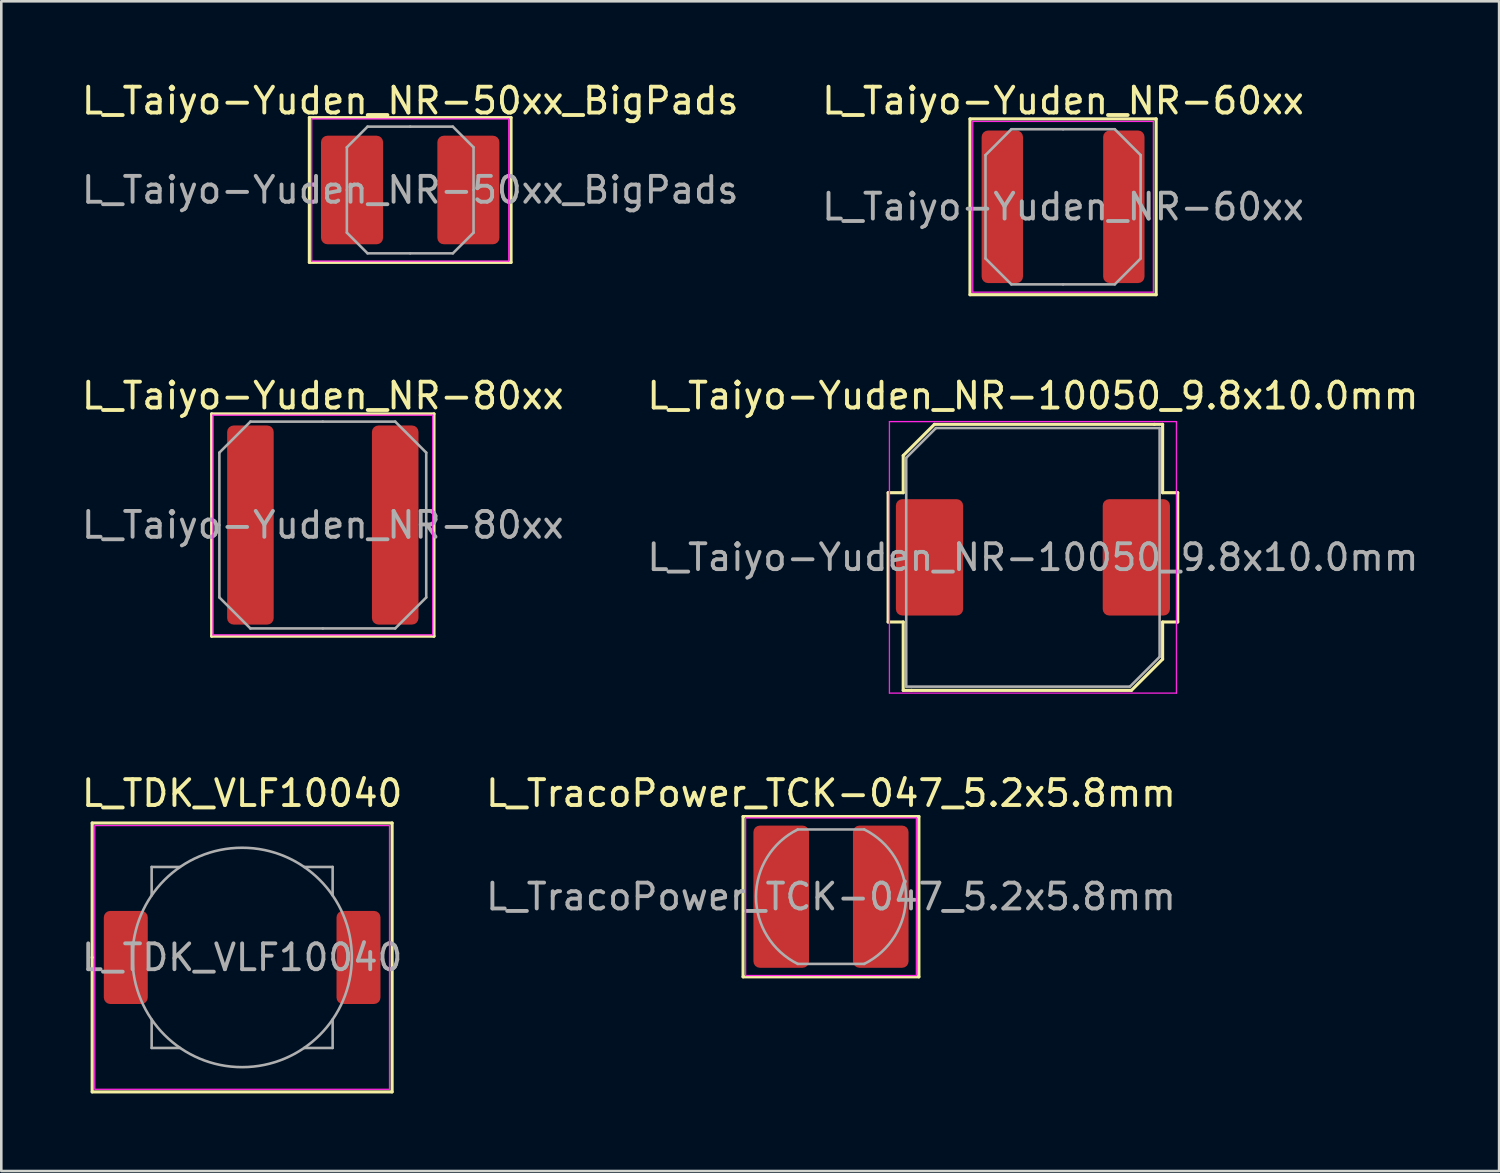
<source format=kicad_pcb>
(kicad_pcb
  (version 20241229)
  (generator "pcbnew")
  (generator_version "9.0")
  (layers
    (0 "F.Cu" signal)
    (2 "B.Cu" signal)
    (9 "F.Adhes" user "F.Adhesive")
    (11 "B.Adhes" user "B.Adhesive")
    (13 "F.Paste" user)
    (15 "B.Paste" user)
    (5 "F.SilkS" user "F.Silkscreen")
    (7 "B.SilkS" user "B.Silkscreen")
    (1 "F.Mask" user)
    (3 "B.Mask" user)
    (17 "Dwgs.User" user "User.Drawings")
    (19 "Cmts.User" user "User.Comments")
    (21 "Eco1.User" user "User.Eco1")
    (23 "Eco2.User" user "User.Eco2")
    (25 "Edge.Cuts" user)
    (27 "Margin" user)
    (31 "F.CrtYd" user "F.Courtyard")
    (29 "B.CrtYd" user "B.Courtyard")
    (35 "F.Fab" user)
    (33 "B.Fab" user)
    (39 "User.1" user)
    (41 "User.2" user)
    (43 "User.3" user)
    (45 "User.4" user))
  (footprint "L_TDK_VLF10040"
    (layer "F.Cu")
    (at 6.315 33.98)
    (property "Reference" "L_TDK_VLF10040" (at 0 -6.35 0) (layer "F.SilkS") (effects (font (size 1 1) (thickness 0.15))))
    (attr smd)
    (fp_line (start -5.8 -5.2) (end 5.8 -5.2) (stroke (width 0.12) (type solid)) (layer "F.SilkS"))
    (fp_line (start -5.8 0) (end -5.8 -5.2) (stroke (width 0.12) (type solid)) (layer "F.SilkS"))
    (fp_line (start -5.8 5.2) (end -5.8 0) (stroke (width 0.12) (type solid)) (layer "F.SilkS"))
    (fp_line (start 5.8 -5.2) (end 5.8 5.2) (stroke (width 0.12) (type solid)) (layer "F.SilkS"))
    (fp_line (start 5.8 5.2) (end -5.8 5.2) (stroke (width 0.12) (type solid)) (layer "F.SilkS"))
    (fp_rect (start -5.7 -5.1) (end 5.7 5.1) (stroke (width 0.05) (type solid)) (fill no) (layer "F.CrtYd"))
    (fp_line (start -3.5 -3.5) (end -2.4 -3.5) (stroke (width 0.1) (type solid)) (layer "F.Fab"))
    (fp_line (start -3.5 -2.4) (end -3.5 -3.5) (stroke (width 0.1) (type solid)) (layer "F.Fab"))
    (fp_line (start -3.5 2.4) (end -3.5 3.5) (stroke (width 0.1) (type solid)) (layer "F.Fab"))
    (fp_line (start -3.5 3.5) (end -2.4 3.5) (stroke (width 0.1) (type solid)) (layer "F.Fab"))
    (fp_line (start 3.5 -3.5) (end 2.4 -3.5) (stroke (width 0.1) (type solid)) (layer "F.Fab"))
    (fp_line (start 3.5 -3.5) (end 3.5 -2.4) (stroke (width 0.1) (type solid)) (layer "F.Fab"))
    (fp_line (start 3.5 2.4) (end 3.5 3.5) (stroke (width 0.1) (type solid)) (layer "F.Fab"))
    (fp_line (start 3.5 3.5) (end 2.4 3.5) (stroke (width 0.1) (type solid)) (layer "F.Fab"))
    (fp_circle (center 0 0) (end 3 3) (stroke (width 0.1) (type solid)) (fill no) (layer "F.Fab"))
    (fp_text user "${REFERENCE}" (at 0 0 0) (layer "F.Fab") (effects (font (size 1 1) (thickness 0.15))))
    (pad "1" smd roundrect (at -4.5 0) (size 1.7 3.6) (layers "F.Cu" "F.Mask" "F.Paste") (roundrect_rratio 0.147))
    (pad "2" smd roundrect (at 4.5 0) (size 1.7 3.6) (layers "F.Cu" "F.Mask" "F.Paste") (roundrect_rratio 0.147)))
  (footprint "L_Taiyo-Yuden_NR-60xx"
    (layer "F.Cu")
    (at 38.065 4.948)
    (property "Reference" "L_Taiyo-Yuden_NR-60xx" (at 0 -4.1 0) (layer "F.SilkS") (effects (font (size 1 1) (thickness 0.15))))
    (attr smd)
    (fp_line (start -3.6 -3.4) (end -3.6 3.4) (stroke (width 0.12) (type solid)) (layer "F.SilkS"))
    (fp_line (start -3.6 3.4) (end 3.6 3.4) (stroke (width 0.12) (type solid)) (layer "F.SilkS"))
    (fp_line (start 3.6 -3.4) (end -3.6 -3.4) (stroke (width 0.12) (type solid)) (layer "F.SilkS"))
    (fp_line (start 3.6 3.4) (end 3.6 -3.4) (stroke (width 0.12) (type solid)) (layer "F.SilkS"))
    (fp_line (start -3.493 -3.302) (end -3.493 3.302) (stroke (width 0.05) (type solid)) (layer "F.CrtYd"))
    (fp_line (start -3.493 3.302) (end 3.493 3.302) (stroke (width 0.05) (type solid)) (layer "F.CrtYd"))
    (fp_line (start 3.493 -3.302) (end -3.493 -3.302) (stroke (width 0.05) (type solid)) (layer "F.CrtYd"))
    (fp_line (start 3.493 3.302) (end 3.493 -3.302) (stroke (width 0.05) (type solid)) (layer "F.CrtYd"))
    (fp_line (start -3 -2) (end -2 -3) (stroke (width 0.1) (type solid)) (layer "F.Fab"))
    (fp_line (start -3 0) (end -3 -2) (stroke (width 0.1) (type solid)) (layer "F.Fab"))
    (fp_line (start -3 0) (end -3 2) (stroke (width 0.1) (type solid)) (layer "F.Fab"))
    (fp_line (start -3 2) (end -2 3) (stroke (width 0.1) (type solid)) (layer "F.Fab"))
    (fp_line (start -2 -3) (end 0 -3) (stroke (width 0.1) (type solid)) (layer "F.Fab"))
    (fp_line (start -2 3) (end 0 3) (stroke (width 0.1) (type solid)) (layer "F.Fab"))
    (fp_line (start 2 -3) (end 0 -3) (stroke (width 0.1) (type solid)) (layer "F.Fab"))
    (fp_line (start 2 3) (end 0 3) (stroke (width 0.1) (type solid)) (layer "F.Fab"))
    (fp_line (start 3 -2) (end 2 -3) (stroke (width 0.1) (type solid)) (layer "F.Fab"))
    (fp_line (start 3 0) (end 3 -2) (stroke (width 0.1) (type solid)) (layer "F.Fab"))
    (fp_line (start 3 0) (end 3 2) (stroke (width 0.1) (type solid)) (layer "F.Fab"))
    (fp_line (start 3 2) (end 2 3) (stroke (width 0.1) (type solid)) (layer "F.Fab"))
    (fp_text user "${REFERENCE}" (at 0 0 0) (layer "F.Fab") (effects (font (size 1 1) (thickness 0.15))))
    (pad "1" smd roundrect (at -2.35 0) (size 1.6 5.9) (layers "F.Cu" "F.Mask" "F.Paste") (roundrect_rratio 0.156))
    (pad "2" smd roundrect (at 2.35 0) (size 1.6 5.9) (layers "F.Cu" "F.Mask" "F.Paste") (roundrect_rratio 0.156)))
  (footprint "L_Taiyo-Yuden_NR-80xx"
    (layer "F.Cu")
    (at 9.435 17.256)
    (property "Reference" "L_Taiyo-Yuden_NR-80xx" (at 0 -5 0) (layer "F.SilkS") (effects (font (size 1 1) (thickness 0.15))))
    (attr smd)
    (fp_line (start -4.3 -4.3) (end -4.3 4.3) (stroke (width 0.12) (type solid)) (layer "F.SilkS"))
    (fp_line (start -4.3 4.3) (end 4.3 4.3) (stroke (width 0.12) (type solid)) (layer "F.SilkS"))
    (fp_line (start 4.3 -4.3) (end -4.3 -4.3) (stroke (width 0.12) (type solid)) (layer "F.SilkS"))
    (fp_line (start 4.3 4.3) (end 4.3 -4.3) (stroke (width 0.12) (type solid)) (layer "F.SilkS"))
    (fp_line (start -4.25 -4.25) (end -4.25 4.25) (stroke (width 0.05) (type solid)) (layer "F.CrtYd"))
    (fp_line (start -4.25 4.25) (end 4.25 4.25) (stroke (width 0.05) (type solid)) (layer "F.CrtYd"))
    (fp_line (start 4.25 -4.25) (end -4.25 -4.25) (stroke (width 0.05) (type solid)) (layer "F.CrtYd"))
    (fp_line (start 4.25 4.25) (end 4.25 -4.25) (stroke (width 0.05) (type solid)) (layer "F.CrtYd"))
    (fp_line (start -4 -2.8) (end -2.8 -4) (stroke (width 0.1) (type solid)) (layer "F.Fab"))
    (fp_line (start -4 0) (end -4 -2.8) (stroke (width 0.1) (type solid)) (layer "F.Fab"))
    (fp_line (start -4 0) (end -4 2.8) (stroke (width 0.1) (type solid)) (layer "F.Fab"))
    (fp_line (start -4 2.8) (end -2.8 4) (stroke (width 0.1) (type solid)) (layer "F.Fab"))
    (fp_line (start -2.8 -4) (end 0 -4) (stroke (width 0.1) (type solid)) (layer "F.Fab"))
    (fp_line (start -2.8 4) (end 0 4) (stroke (width 0.1) (type solid)) (layer "F.Fab"))
    (fp_line (start 2.8 -4) (end 0 -4) (stroke (width 0.1) (type solid)) (layer "F.Fab"))
    (fp_line (start 2.8 4) (end 0 4) (stroke (width 0.1) (type solid)) (layer "F.Fab"))
    (fp_line (start 4 -2.8) (end 2.8 -4) (stroke (width 0.1) (type solid)) (layer "F.Fab"))
    (fp_line (start 4 0) (end 4 -2.8) (stroke (width 0.1) (type solid)) (layer "F.Fab"))
    (fp_line (start 4 0) (end 4 2.8) (stroke (width 0.1) (type solid)) (layer "F.Fab"))
    (fp_line (start 4 2.8) (end 2.8 4) (stroke (width 0.1) (type solid)) (layer "F.Fab"))
    (fp_text user "${REFERENCE}" (at 0 0 0) (layer "F.Fab") (effects (font (size 1 1) (thickness 0.15))))
    (pad "1" smd roundrect (at -2.8 0) (size 1.8 7.7) (layers "F.Cu" "F.Mask" "F.Paste") (roundrect_rratio 0.139))
    (pad "2" smd roundrect (at 2.8 0) (size 1.8 7.7) (layers "F.Cu" "F.Mask" "F.Paste") (roundrect_rratio 0.139)))
  (footprint "L_Taiyo-Yuden_NR-50xx_BigPads"
    (layer "F.Cu")
    (at 12.815 4.298)
    (property "Reference" "L_Taiyo-Yuden_NR-50xx_BigPads" (at 0 -3.45 0) (layer "F.SilkS") (effects (font (size 1 1) (thickness 0.15))))
    (attr smd)
    (fp_line (start -3.9 -2.8) (end -3.9 2.8) (stroke (width 0.12) (type solid)) (layer "F.SilkS"))
    (fp_line (start -3.9 2.8) (end 3.9 2.8) (stroke (width 0.12) (type solid)) (layer "F.SilkS"))
    (fp_line (start 3.9 -2.8) (end -3.9 -2.8) (stroke (width 0.12) (type solid)) (layer "F.SilkS"))
    (fp_line (start 3.9 2.8) (end 3.9 -2.8) (stroke (width 0.12) (type solid)) (layer "F.SilkS"))
    (fp_line (start -3.81 -2.75) (end -3.81 2.75) (stroke (width 0.05) (type solid)) (layer "F.CrtYd"))
    (fp_line (start -3.81 2.75) (end 3.81 2.75) (stroke (width 0.05) (type solid)) (layer "F.CrtYd"))
    (fp_line (start 3.81 -2.75) (end -3.81 -2.75) (stroke (width 0.05) (type solid)) (layer "F.CrtYd"))
    (fp_line (start 3.81 2.75) (end 3.81 -2.75) (stroke (width 0.05) (type solid)) (layer "F.CrtYd"))
    (fp_line (start -2.45 -1.65) (end -1.65 -2.45) (stroke (width 0.1) (type solid)) (layer "F.Fab"))
    (fp_line (start -2.45 0) (end -2.45 -1.65) (stroke (width 0.1) (type solid)) (layer "F.Fab"))
    (fp_line (start -2.45 0) (end -2.45 1.65) (stroke (width 0.1) (type solid)) (layer "F.Fab"))
    (fp_line (start -2.45 1.65) (end -1.65 2.45) (stroke (width 0.1) (type solid)) (layer "F.Fab"))
    (fp_line (start -1.65 -2.45) (end 0 -2.45) (stroke (width 0.1) (type solid)) (layer "F.Fab"))
    (fp_line (start -1.65 2.45) (end 0 2.45) (stroke (width 0.1) (type solid)) (layer "F.Fab"))
    (fp_line (start 1.65 -2.45) (end 0 -2.45) (stroke (width 0.1) (type solid)) (layer "F.Fab"))
    (fp_line (start 1.65 2.45) (end 0 2.45) (stroke (width 0.1) (type solid)) (layer "F.Fab"))
    (fp_line (start 2.45 -1.65) (end 1.65 -2.45) (stroke (width 0.1) (type solid)) (layer "F.Fab"))
    (fp_line (start 2.45 0) (end 2.45 -1.65) (stroke (width 0.1) (type solid)) (layer "F.Fab"))
    (fp_line (start 2.45 0) (end 2.45 1.65) (stroke (width 0.1) (type solid)) (layer "F.Fab"))
    (fp_line (start 2.45 1.65) (end 1.65 2.45) (stroke (width 0.1) (type solid)) (layer "F.Fab"))
    (fp_text user "${REFERENCE}" (at 0 0 0) (layer "F.Fab") (effects (font (size 1 1) (thickness 0.15))))
    (pad "1" smd roundrect (at -2.25 0) (size 2.4 4.2) (layers "F.Cu" "F.Mask" "F.Paste") (roundrect_rratio 0.104))
    (pad "2" smd roundrect (at 2.25 0) (size 2.4 4.2) (layers "F.Cu" "F.Mask" "F.Paste") (roundrect_rratio 0.104)))
  (footprint "L_TracoPower_TCK-047_5.2x5.8mm"
    (layer "F.Cu")
    (at 29.089 31.63)
    (property "Reference" "L_TracoPower_TCK-047_5.2x5.8mm" (at 0 -4 0) (layer "F.SilkS") (effects (font (size 1 1) (thickness 0.15))))
    (attr smd)
    (fp_line (start -3.4 -3.1) (end -3.4 3.1) (stroke (width 0.12) (type solid)) (layer "F.SilkS"))
    (fp_line (start -3.4 3.1) (end 3.4 3.1) (stroke (width 0.12) (type solid)) (layer "F.SilkS"))
    (fp_line (start 3.4 -3.1) (end -3.4 -3.1) (stroke (width 0.12) (type solid)) (layer "F.SilkS"))
    (fp_line (start 3.4 3.1) (end 3.4 -3.1) (stroke (width 0.12) (type solid)) (layer "F.SilkS"))
    (fp_line (start -3.302 -3.048) (end -3.302 3.048) (stroke (width 0.05) (type solid)) (layer "F.CrtYd"))
    (fp_line (start -3.302 -3.048) (end 3.302 -3.048) (stroke (width 0.05) (type solid)) (layer "F.CrtYd"))
    (fp_line (start 3.302 3.048) (end -3.302 3.048) (stroke (width 0.05) (type solid)) (layer "F.CrtYd"))
    (fp_line (start 3.302 3.048) (end 3.302 -3.048) (stroke (width 0.05) (type solid)) (layer "F.CrtYd"))
    (fp_line (start -1.285 -2.6) (end 1.285 -2.6) (stroke (width 0.1) (type solid)) (layer "F.Fab"))
    (fp_line (start -1.285 2.6) (end 1.285 2.6) (stroke (width 0.1) (type solid)) (layer "F.Fab"))
    (fp_arc (start -1.285 2.599999) (mid -2.90021 0) (end -1.284999 -2.599999) (stroke (width 0.1) (type solid)) (layer "F.Fab"))
    (fp_arc (start 1.285 -2.599999) (mid 2.90021 0) (end 1.284999 2.599999) (stroke (width 0.1) (type solid)) (layer "F.Fab"))
    (fp_text user "${REFERENCE}" (at 0 0 0) (layer "F.Fab") (effects (font (size 1 1) (thickness 0.15))))
    (pad "1" smd roundrect (at -1.925 0 90) (size 5.5 2.15) (layers "F.Cu" "F.Mask" "F.Paste") (roundrect_rratio 0.116))
    (pad "2" smd roundrect (at 1.925 0 90) (size 5.5 2.15) (layers "F.Cu" "F.Mask" "F.Paste") (roundrect_rratio 0.116)))
  (footprint "L_Taiyo-Yuden_NR-10050_9.8x10.0mm"
    (layer "F.Cu")
    (at 36.899 18.506)
    (property "Reference" "L_Taiyo-Yuden_NR-10050_9.8x10.0mm" (at 0 -6.25 0) (layer "F.SilkS") (effects (font (size 1 1) (thickness 0.15))))
    (attr smd)
    (fp_line (start -5.6 -2.5) (end -5.6 2.5) (stroke (width 0.12) (type solid)) (layer "F.SilkS"))
    (fp_line (start -5.6 2.5) (end -5.016 2.5) (stroke (width 0.12) (type solid)) (layer "F.SilkS"))
    (fp_line (start -5.016 -3.937) (end -5.016 -2.5) (stroke (width 0.12) (type solid)) (layer "F.SilkS"))
    (fp_line (start -5.016 -2.5) (end -5.6 -2.5) (stroke (width 0.12) (type solid)) (layer "F.SilkS"))
    (fp_line (start -5.016 5.144) (end -5.016 2.5) (stroke (width 0.12) (type solid)) (layer "F.SilkS"))
    (fp_line (start -4.699 5.144) (end -5.016 5.144) (stroke (width 0.12) (type solid)) (layer "F.SilkS"))
    (fp_line (start -4.699 5.144) (end 3.81 5.144) (stroke (width 0.12) (type solid)) (layer "F.SilkS"))
    (fp_line (start -3.81 -5.144) (end -5.016 -3.937) (stroke (width 0.12) (type solid)) (layer "F.SilkS"))
    (fp_line (start 3.81 5.144) (end 5.016 3.937) (stroke (width 0.12) (type solid)) (layer "F.SilkS"))
    (fp_line (start 4.699 -5.144) (end -3.81 -5.144) (stroke (width 0.12) (type solid)) (layer "F.SilkS"))
    (fp_line (start 4.699 -5.144) (end 5.016 -5.144) (stroke (width 0.12) (type solid)) (layer "F.SilkS"))
    (fp_line (start 5.016 -5.144) (end 5.016 -2.5) (stroke (width 0.12) (type solid)) (layer "F.SilkS"))
    (fp_line (start 5.016 -2.5) (end 5.6 -2.5) (stroke (width 0.12) (type solid)) (layer "F.SilkS"))
    (fp_line (start 5.016 3.937) (end 5.016 2.5) (stroke (width 0.12) (type solid)) (layer "F.SilkS"))
    (fp_line (start 5.6 -2.5) (end 5.6 2.5) (stroke (width 0.12) (type solid)) (layer "F.SilkS"))
    (fp_line (start 5.6 2.5) (end 5.016 2.5) (stroke (width 0.12) (type solid)) (layer "F.SilkS"))
    (fp_line (start -5.55 -5.25) (end -5.55 5.25) (stroke (width 0.05) (type solid)) (layer "F.CrtYd"))
    (fp_line (start -5.55 5.25) (end 5.55 5.25) (stroke (width 0.05) (type solid)) (layer "F.CrtYd"))
    (fp_line (start 5.55 -5.25) (end -5.55 -5.25) (stroke (width 0.05) (type solid)) (layer "F.CrtYd"))
    (fp_line (start 5.55 5.25) (end 5.55 -5.25) (stroke (width 0.05) (type solid)) (layer "F.CrtYd"))
    (fp_line (start -4.9 -3.85) (end -4.9 5) (stroke (width 0.1) (type solid)) (layer "F.Fab"))
    (fp_line (start -4.9 -3.85) (end -3.75 -5) (stroke (width 0.1) (type solid)) (layer "F.Fab"))
    (fp_line (start -4.9 5) (end 3.75 5) (stroke (width 0.1) (type solid)) (layer "F.Fab"))
    (fp_line (start 3.75 5) (end 4.9 3.85) (stroke (width 0.1) (type solid)) (layer "F.Fab"))
    (fp_line (start 4.9 -5) (end -3.75 -5) (stroke (width 0.1) (type solid)) (layer "F.Fab"))
    (fp_line (start 4.9 3.85) (end 4.9 -5) (stroke (width 0.1) (type solid)) (layer "F.Fab"))
    (fp_text user "${REFERENCE}" (at 0 0 0) (layer "F.Fab") (effects (font (size 1 1) (thickness 0.15))))
    (pad "1" smd roundrect (at -4 0) (size 2.6 4.5) (layers "F.Cu" "F.Mask" "F.Paste") (roundrect_rratio 0.096))
    (pad "2" smd roundrect (at 4 0) (size 2.6 4.5) (layers "F.Cu" "F.Mask" "F.Paste") (roundrect_rratio 0.096)))
  (gr_rect
    (start -3 -3)
    (end 54.929 42.24)
    (stroke (width 0.1) (type default))
    (fill no)
    (layer "Edge.Cuts")))
</source>
